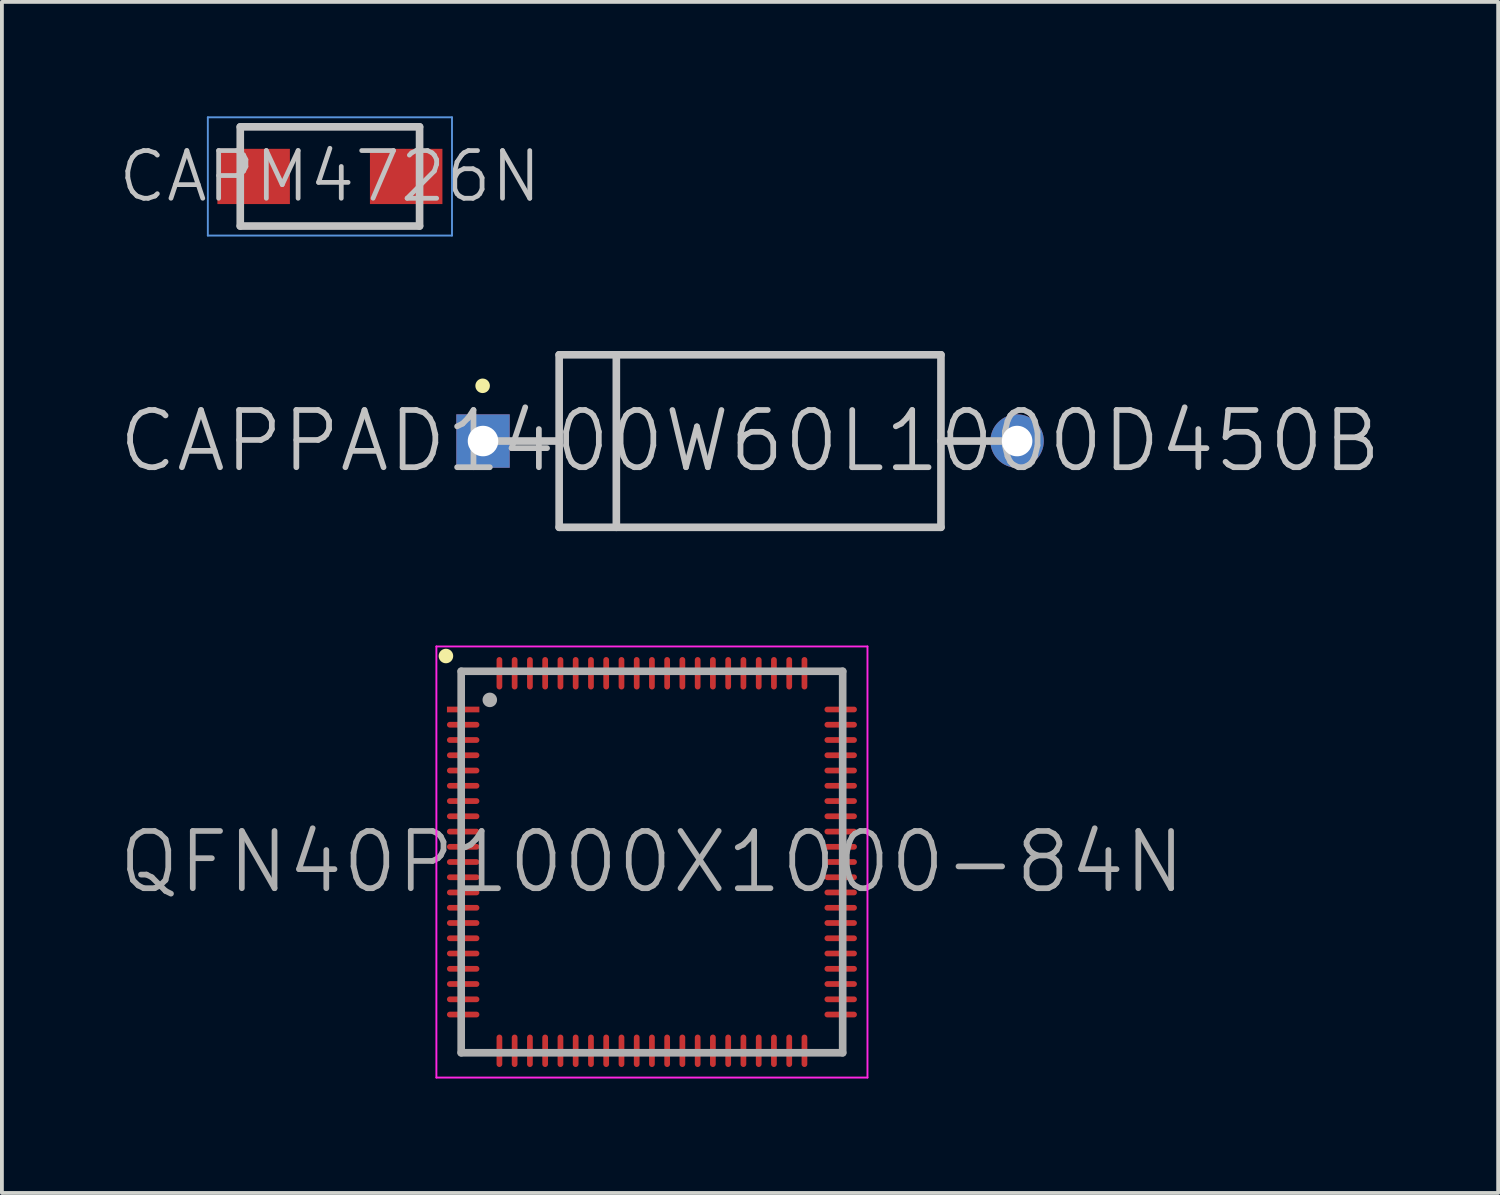
<source format=kicad_pcb>
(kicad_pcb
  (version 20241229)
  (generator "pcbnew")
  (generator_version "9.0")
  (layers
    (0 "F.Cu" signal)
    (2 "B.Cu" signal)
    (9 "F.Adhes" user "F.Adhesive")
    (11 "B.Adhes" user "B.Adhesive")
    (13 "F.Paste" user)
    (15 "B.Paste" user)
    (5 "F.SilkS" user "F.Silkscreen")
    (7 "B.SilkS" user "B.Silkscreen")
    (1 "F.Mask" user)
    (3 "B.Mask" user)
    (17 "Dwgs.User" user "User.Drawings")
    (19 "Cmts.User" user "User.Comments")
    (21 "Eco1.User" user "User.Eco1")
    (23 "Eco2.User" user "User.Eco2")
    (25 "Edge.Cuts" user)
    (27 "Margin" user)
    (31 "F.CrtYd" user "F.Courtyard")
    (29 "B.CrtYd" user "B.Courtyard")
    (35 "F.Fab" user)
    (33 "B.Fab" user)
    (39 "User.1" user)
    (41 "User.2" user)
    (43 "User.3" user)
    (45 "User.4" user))
  (footprint "CAPM4726N"
    (layer "F.Cu")
    (at 5.598 1.575)
    (property "Reference" "CAPM4726N" (at 0 0 0) (layer "Dwgs.User") (effects (font (size 1.25 1.25) (thickness 0.125))))
    (attr smd)
    (fp_line (start -2.35 -1.3) (end -2.35 1.3) (stroke (width 0.2) (type solid)) (layer "Dwgs.User"))
    (fp_line (start -2.35 -1.3) (end 2.35 -1.3) (stroke (width 0.2) (type solid)) (layer "Dwgs.User"))
    (fp_line (start -2.35 1.3) (end 2.35 1.3) (stroke (width 0.2) (type solid)) (layer "Dwgs.User"))
    (fp_line (start 2.35 -1.3) (end 2.35 1.3) (stroke (width 0.2) (type solid)) (layer "Dwgs.User"))
    (fp_line (start -3.2 -1.55) (end -3.2 1.55) (stroke (width 0.05) (type solid)) (layer "Cmts.User"))
    (fp_line (start -3.2 -1.55) (end 3.2 -1.55) (stroke (width 0.05) (type solid)) (layer "Cmts.User"))
    (fp_line (start -3.2 1.55) (end 3.2 1.55) (stroke (width 0.05) (type solid)) (layer "Cmts.User"))
    (fp_line (start 3.2 -1.55) (end 3.2 1.55) (stroke (width 0.05) (type solid)) (layer "Cmts.User"))
    (pad "1" smd rect (at -1.999 0 90) (size 1.448 1.9) (layers "F.Cu" "F.Mask" "F.Paste"))
    (pad "2" smd rect (at 1.999 0 270) (size 1.448 1.9) (layers "F.Cu" "F.Mask" "F.Paste")))
  (footprint "CAPPAD1400W60L1000D450B"
    (layer "F.Cu")
    (at 16.611 8.511)
    (property "Reference" "CAPPAD1400W60L1000D450B" (at 0 0 0) (layer "Dwgs.User") (effects (font (size 1.5 1.5) (thickness 0.15))))
    (attr through_hole)
    (fp_line (start -7.01 -1.448) (end -7.01 -1.448) (stroke (width 0.381) (type solid)) (layer "F.SilkS"))
    (fp_line (start -7.01 0) (end -5.004 0) (stroke (width 0.2) (type solid)) (layer "Dwgs.User"))
    (fp_line (start -5.004 -2.261) (end -5.004 2.261) (stroke (width 0.2) (type solid)) (layer "Dwgs.User"))
    (fp_line (start -5.004 -2.261) (end 5.004 -2.261) (stroke (width 0.2) (type solid)) (layer "Dwgs.User"))
    (fp_line (start -5.004 2.261) (end 5.004 2.261) (stroke (width 0.2) (type solid)) (layer "Dwgs.User"))
    (fp_line (start -3.505 -2.261) (end -3.505 2.261) (stroke (width 0.2) (type solid)) (layer "Dwgs.User"))
    (fp_line (start 5.004 -2.261) (end 5.004 2.261) (stroke (width 0.2) (type solid)) (layer "Dwgs.User"))
    (fp_line (start 7.01 0) (end 5.004 0) (stroke (width 0.2) (type solid)) (layer "Dwgs.User"))
    (pad "1" thru_hole rect (at -7 0) (size 1.4 1.4) (drill 0.8) (layers "*.Cu" "*.Mask"))
    (pad "2" thru_hole circle (at 7 0) (size 1.4 1.4) (drill 0.8) (layers "*.Cu" "*.Mask")))
  (footprint "QFN40P1000X1000-84N"
    (layer "F.Cu")
    (at 14.039 19.546)
    (property "Reference" "QFN40P1000X1000-84N" (at 0 0 0) (layer "F.Fab") (effects (font (size 1.5 1.5) (thickness 0.15))))
    (attr smd)
    (fp_line (start -5.4 -5.4) (end -5.4 -5.4) (stroke (width 0.381) (type solid)) (layer "F.SilkS"))
    (fp_line (start -5.65 -5.65) (end -5.65 5.65) (stroke (width 0.05) (type solid)) (layer "F.CrtYd"))
    (fp_line (start -5.65 -5.65) (end 5.65 -5.65) (stroke (width 0.05) (type solid)) (layer "F.CrtYd"))
    (fp_line (start -5.65 5.65) (end 5.65 5.65) (stroke (width 0.05) (type solid)) (layer "F.CrtYd"))
    (fp_line (start 5.65 -5.65) (end 5.65 5.65) (stroke (width 0.05) (type solid)) (layer "F.CrtYd"))
    (fp_line (start -5 -5) (end -5 5) (stroke (width 0.2) (type solid)) (layer "F.Fab"))
    (fp_line (start -5 -5) (end 5 -5) (stroke (width 0.2) (type solid)) (layer "F.Fab"))
    (fp_line (start -5 5) (end 5 5) (stroke (width 0.2) (type solid)) (layer "F.Fab"))
    (fp_line (start -4.25 -4.25) (end -4.25 -4.25) (stroke (width 0.381) (type solid)) (layer "F.Fab"))
    (fp_line (start 5 -5) (end 5 5) (stroke (width 0.2) (type solid)) (layer "F.Fab"))
    (pad "1" smd rect (at -4.948 -3.998 90) (size 0.15 0.85) (layers "F.Cu" "F.Mask" "F.Paste"))
    (pad "2" smd oval (at -4.948 -3.599 90) (size 0.15 0.85) (layers "F.Cu" "F.Mask" "F.Paste"))
    (pad "3" smd oval (at -4.948 -3.198 90) (size 0.15 0.85) (layers "F.Cu" "F.Mask" "F.Paste"))
    (pad "4" smd oval (at -4.948 -2.799 90) (size 0.15 0.85) (layers "F.Cu" "F.Mask" "F.Paste"))
    (pad "5" smd oval (at -4.948 -2.398 90) (size 0.15 0.85) (layers "F.Cu" "F.Mask" "F.Paste"))
    (pad "6" smd oval (at -4.948 -1.999 90) (size 0.15 0.85) (layers "F.Cu" "F.Mask" "F.Paste"))
    (pad "7" smd oval (at -4.948 -1.598 90) (size 0.15 0.85) (layers "F.Cu" "F.Mask" "F.Paste"))
    (pad "8" smd oval (at -4.948 -1.199 90) (size 0.15 0.85) (layers "F.Cu" "F.Mask" "F.Paste"))
    (pad "9" smd oval (at -4.948 -0.798 90) (size 0.15 0.85) (layers "F.Cu" "F.Mask" "F.Paste"))
    (pad "10" smd oval (at -4.948 -0.399 90) (size 0.15 0.85) (layers "F.Cu" "F.Mask" "F.Paste"))
    (pad "11" smd oval (at -4.948 0 90) (size 0.15 0.85) (layers "F.Cu" "F.Mask" "F.Paste"))
    (pad "12" smd oval (at -4.948 0.399 90) (size 0.15 0.85) (layers "F.Cu" "F.Mask" "F.Paste"))
    (pad "13" smd oval (at -4.948 0.798 90) (size 0.15 0.85) (layers "F.Cu" "F.Mask" "F.Paste"))
    (pad "14" smd oval (at -4.948 1.199 90) (size 0.15 0.85) (layers "F.Cu" "F.Mask" "F.Paste"))
    (pad "15" smd oval (at -4.948 1.598 90) (size 0.15 0.85) (layers "F.Cu" "F.Mask" "F.Paste"))
    (pad "16" smd oval (at -4.948 1.999 90) (size 0.15 0.85) (layers "F.Cu" "F.Mask" "F.Paste"))
    (pad "17" smd oval (at -4.948 2.398 90) (size 0.15 0.85) (layers "F.Cu" "F.Mask" "F.Paste"))
    (pad "18" smd oval (at -4.948 2.799 90) (size 0.15 0.85) (layers "F.Cu" "F.Mask" "F.Paste"))
    (pad "19" smd oval (at -4.948 3.198 90) (size 0.15 0.85) (layers "F.Cu" "F.Mask" "F.Paste"))
    (pad "20" smd oval (at -4.948 3.599 90) (size 0.15 0.85) (layers "F.Cu" "F.Mask" "F.Paste"))
    (pad "21" smd oval (at -4.948 3.998 90) (size 0.15 0.85) (layers "F.Cu" "F.Mask" "F.Paste"))
    (pad "22" smd oval (at -3.998 4.948 180) (size 0.15 0.85) (layers "F.Cu" "F.Mask" "F.Paste"))
    (pad "23" smd oval (at -3.599 4.948 180) (size 0.15 0.85) (layers "F.Cu" "F.Mask" "F.Paste"))
    (pad "24" smd oval (at -3.198 4.948 180) (size 0.15 0.85) (layers "F.Cu" "F.Mask" "F.Paste"))
    (pad "25" smd oval (at -2.799 4.948 180) (size 0.15 0.85) (layers "F.Cu" "F.Mask" "F.Paste"))
    (pad "26" smd oval (at -2.398 4.948 180) (size 0.15 0.85) (layers "F.Cu" "F.Mask" "F.Paste"))
    (pad "27" smd oval (at -1.999 4.948 180) (size 0.15 0.85) (layers "F.Cu" "F.Mask" "F.Paste"))
    (pad "28" smd oval (at -1.598 4.948 180) (size 0.15 0.85) (layers "F.Cu" "F.Mask" "F.Paste"))
    (pad "29" smd oval (at -1.199 4.948 180) (size 0.15 0.85) (layers "F.Cu" "F.Mask" "F.Paste"))
    (pad "30" smd oval (at -0.798 4.948 180) (size 0.15 0.85) (layers "F.Cu" "F.Mask" "F.Paste"))
    (pad "31" smd oval (at -0.399 4.948 180) (size 0.15 0.85) (layers "F.Cu" "F.Mask" "F.Paste"))
    (pad "32" smd oval (at 0 4.948 180) (size 0.15 0.85) (layers "F.Cu" "F.Mask" "F.Paste"))
    (pad "33" smd oval (at 0.399 4.948 180) (size 0.15 0.85) (layers "F.Cu" "F.Mask" "F.Paste"))
    (pad "34" smd oval (at 0.798 4.948 180) (size 0.15 0.85) (layers "F.Cu" "F.Mask" "F.Paste"))
    (pad "35" smd oval (at 1.199 4.948 180) (size 0.15 0.85) (layers "F.Cu" "F.Mask" "F.Paste"))
    (pad "36" smd oval (at 1.598 4.948 180) (size 0.15 0.85) (layers "F.Cu" "F.Mask" "F.Paste"))
    (pad "37" smd oval (at 1.999 4.948 180) (size 0.15 0.85) (layers "F.Cu" "F.Mask" "F.Paste"))
    (pad "38" smd oval (at 2.398 4.948 180) (size 0.15 0.85) (layers "F.Cu" "F.Mask" "F.Paste"))
    (pad "39" smd oval (at 2.799 4.948 180) (size 0.15 0.85) (layers "F.Cu" "F.Mask" "F.Paste"))
    (pad "40" smd oval (at 3.198 4.948 180) (size 0.15 0.85) (layers "F.Cu" "F.Mask" "F.Paste"))
    (pad "41" smd oval (at 3.599 4.948 180) (size 0.15 0.85) (layers "F.Cu" "F.Mask" "F.Paste"))
    (pad "42" smd oval (at 3.998 4.948 180) (size 0.15 0.85) (layers "F.Cu" "F.Mask" "F.Paste"))
    (pad "43" smd oval (at 4.948 3.998 270) (size 0.15 0.85) (layers "F.Cu" "F.Mask" "F.Paste"))
    (pad "44" smd oval (at 4.948 3.599 270) (size 0.15 0.85) (layers "F.Cu" "F.Mask" "F.Paste"))
    (pad "45" smd oval (at 4.948 3.198 270) (size 0.15 0.85) (layers "F.Cu" "F.Mask" "F.Paste"))
    (pad "46" smd oval (at 4.948 2.799 270) (size 0.15 0.85) (layers "F.Cu" "F.Mask" "F.Paste"))
    (pad "47" smd oval (at 4.948 2.398 270) (size 0.15 0.85) (layers "F.Cu" "F.Mask" "F.Paste"))
    (pad "48" smd oval (at 4.948 1.999 270) (size 0.15 0.85) (layers "F.Cu" "F.Mask" "F.Paste"))
    (pad "49" smd oval (at 4.948 1.598 270) (size 0.15 0.85) (layers "F.Cu" "F.Mask" "F.Paste"))
    (pad "50" smd oval (at 4.948 1.199 270) (size 0.15 0.85) (layers "F.Cu" "F.Mask" "F.Paste"))
    (pad "51" smd oval (at 4.948 0.798 270) (size 0.15 0.85) (layers "F.Cu" "F.Mask" "F.Paste"))
    (pad "52" smd oval (at 4.948 0.399 270) (size 0.15 0.85) (layers "F.Cu" "F.Mask" "F.Paste"))
    (pad "53" smd oval (at 4.948 0 270) (size 0.15 0.85) (layers "F.Cu" "F.Mask" "F.Paste"))
    (pad "54" smd oval (at 4.948 -0.399 270) (size 0.15 0.85) (layers "F.Cu" "F.Mask" "F.Paste"))
    (pad "55" smd oval (at 4.948 -0.798 270) (size 0.15 0.85) (layers "F.Cu" "F.Mask" "F.Paste"))
    (pad "56" smd oval (at 4.948 -1.199 270) (size 0.15 0.85) (layers "F.Cu" "F.Mask" "F.Paste"))
    (pad "57" smd oval (at 4.948 -1.598 270) (size 0.15 0.85) (layers "F.Cu" "F.Mask" "F.Paste"))
    (pad "58" smd oval (at 4.948 -1.999 270) (size 0.15 0.85) (layers "F.Cu" "F.Mask" "F.Paste"))
    (pad "59" smd oval (at 4.948 -2.398 270) (size 0.15 0.85) (layers "F.Cu" "F.Mask" "F.Paste"))
    (pad "60" smd oval (at 4.948 -2.799 270) (size 0.15 0.85) (layers "F.Cu" "F.Mask" "F.Paste"))
    (pad "61" smd oval (at 4.948 -3.198 270) (size 0.15 0.85) (layers "F.Cu" "F.Mask" "F.Paste"))
    (pad "62" smd oval (at 4.948 -3.599 270) (size 0.15 0.85) (layers "F.Cu" "F.Mask" "F.Paste"))
    (pad "63" smd oval (at 4.948 -3.998 270) (size 0.15 0.85) (layers "F.Cu" "F.Mask" "F.Paste"))
    (pad "64" smd oval (at 3.998 -4.948) (size 0.15 0.85) (layers "F.Cu" "F.Mask" "F.Paste"))
    (pad "65" smd oval (at 3.599 -4.948) (size 0.15 0.85) (layers "F.Cu" "F.Mask" "F.Paste"))
    (pad "66" smd oval (at 3.198 -4.948) (size 0.15 0.85) (layers "F.Cu" "F.Mask" "F.Paste"))
    (pad "67" smd oval (at 2.799 -4.948) (size 0.15 0.85) (layers "F.Cu" "F.Mask" "F.Paste"))
    (pad "68" smd oval (at 2.398 -4.948) (size 0.15 0.85) (layers "F.Cu" "F.Mask" "F.Paste"))
    (pad "69" smd oval (at 1.999 -4.948) (size 0.15 0.85) (layers "F.Cu" "F.Mask" "F.Paste"))
    (pad "70" smd oval (at 1.598 -4.948) (size 0.15 0.85) (layers "F.Cu" "F.Mask" "F.Paste"))
    (pad "71" smd oval (at 1.199 -4.948) (size 0.15 0.85) (layers "F.Cu" "F.Mask" "F.Paste"))
    (pad "72" smd oval (at 0.798 -4.948) (size 0.15 0.85) (layers "F.Cu" "F.Mask" "F.Paste"))
    (pad "73" smd oval (at 0.399 -4.948) (size 0.15 0.85) (layers "F.Cu" "F.Mask" "F.Paste"))
    (pad "74" smd oval (at 0 -4.948) (size 0.15 0.85) (layers "F.Cu" "F.Mask" "F.Paste"))
    (pad "75" smd oval (at -0.399 -4.948) (size 0.15 0.85) (layers "F.Cu" "F.Mask" "F.Paste"))
    (pad "76" smd oval (at -0.798 -4.948) (size 0.15 0.85) (layers "F.Cu" "F.Mask" "F.Paste"))
    (pad "77" smd oval (at -1.199 -4.948) (size 0.15 0.85) (layers "F.Cu" "F.Mask" "F.Paste"))
    (pad "78" smd oval (at -1.598 -4.948) (size 0.15 0.85) (layers "F.Cu" "F.Mask" "F.Paste"))
    (pad "79" smd oval (at -1.999 -4.948) (size 0.15 0.85) (layers "F.Cu" "F.Mask" "F.Paste"))
    (pad "80" smd oval (at -2.398 -4.948) (size 0.15 0.85) (layers "F.Cu" "F.Mask" "F.Paste"))
    (pad "81" smd oval (at -2.799 -4.948) (size 0.15 0.85) (layers "F.Cu" "F.Mask" "F.Paste"))
    (pad "82" smd oval (at -3.198 -4.948) (size 0.15 0.85) (layers "F.Cu" "F.Mask" "F.Paste"))
    (pad "83" smd oval (at -3.599 -4.948) (size 0.15 0.85) (layers "F.Cu" "F.Mask" "F.Paste"))
    (pad "84" smd oval (at -3.998 -4.948) (size 0.15 0.85) (layers "F.Cu" "F.Mask" "F.Paste")))
  (gr_rect
    (start -3 -3)
    (end 36.221 28.221)
    (stroke (width 0.1) (type default))
    (fill no)
    (layer "Edge.Cuts")))
</source>
